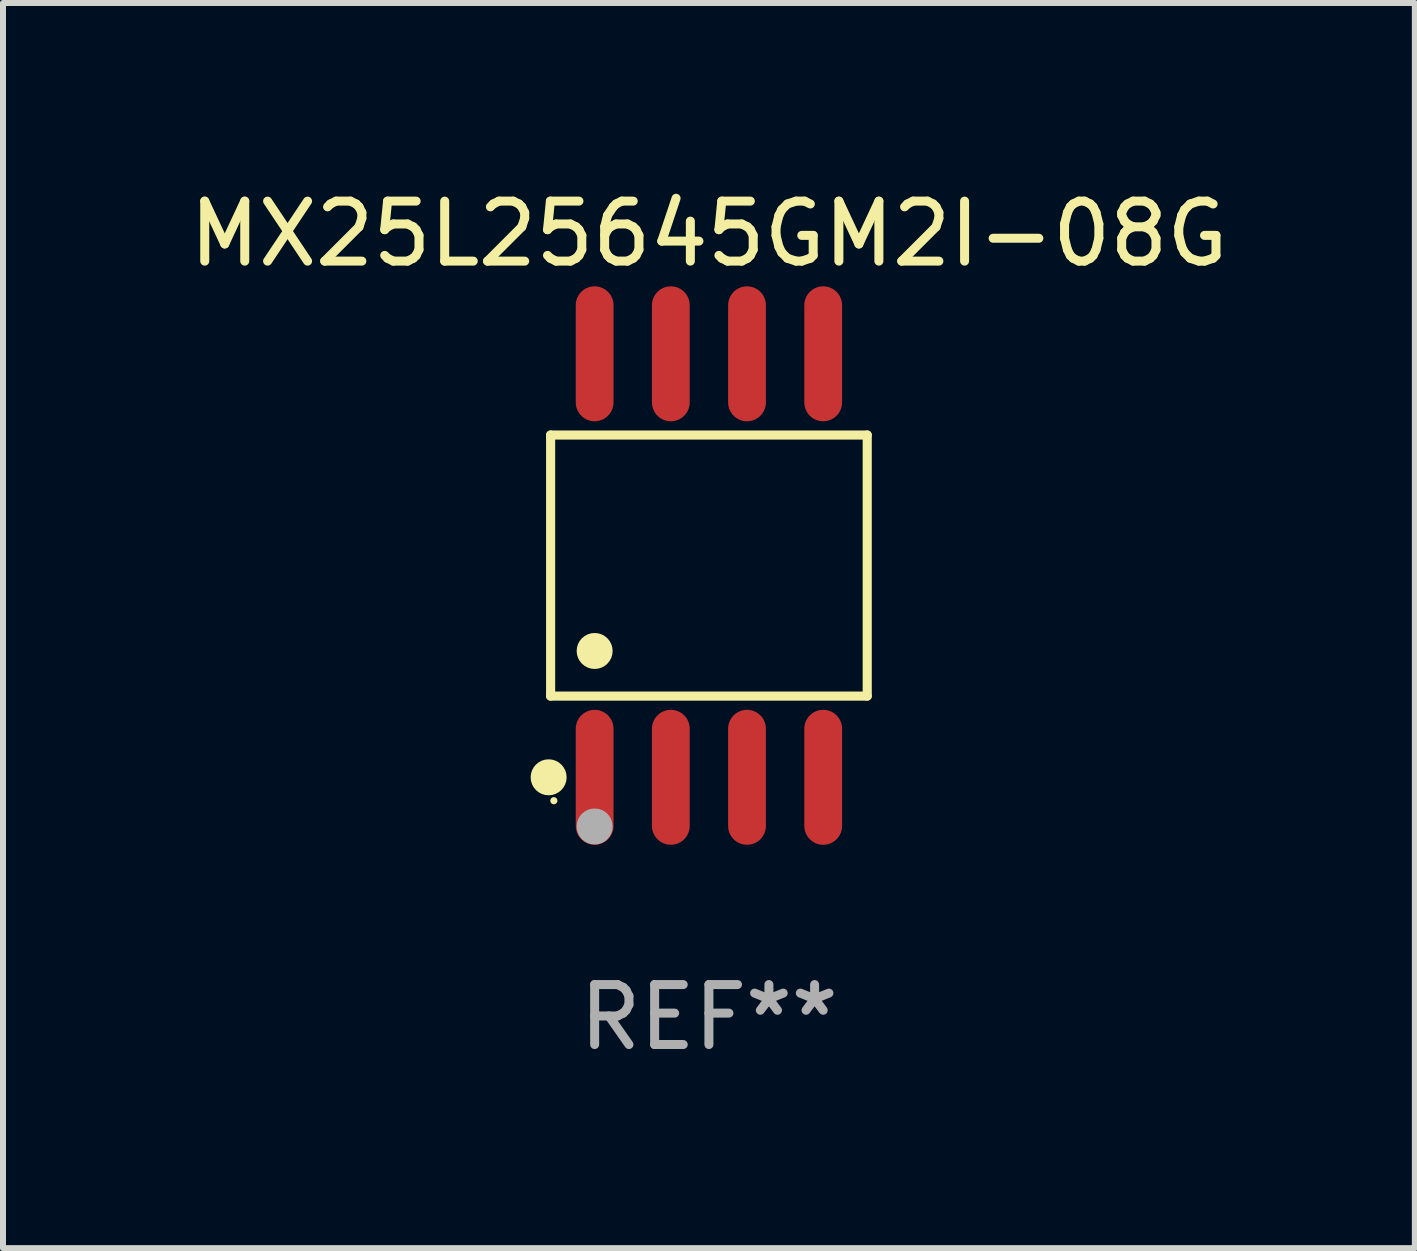
<source format=kicad_pcb>
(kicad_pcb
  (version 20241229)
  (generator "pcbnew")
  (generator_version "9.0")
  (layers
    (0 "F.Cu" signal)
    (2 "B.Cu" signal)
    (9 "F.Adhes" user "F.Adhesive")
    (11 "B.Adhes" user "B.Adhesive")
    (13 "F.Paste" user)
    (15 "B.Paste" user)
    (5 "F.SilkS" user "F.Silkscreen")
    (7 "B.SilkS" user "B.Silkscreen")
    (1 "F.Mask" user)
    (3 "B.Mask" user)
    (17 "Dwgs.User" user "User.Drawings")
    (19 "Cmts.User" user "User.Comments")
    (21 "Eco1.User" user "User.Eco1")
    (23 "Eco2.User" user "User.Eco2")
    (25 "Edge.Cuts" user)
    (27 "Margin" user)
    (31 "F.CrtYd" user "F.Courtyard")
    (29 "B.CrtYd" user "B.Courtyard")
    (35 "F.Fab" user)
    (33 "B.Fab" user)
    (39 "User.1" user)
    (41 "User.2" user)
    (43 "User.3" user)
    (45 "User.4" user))
  (footprint "MX25L25645GM2I-08G"
    (layer "F.Cu")
    (at 8.768 6.378)
    (property "Reference" "MX25L25645GM2I-08G" (at 0 -5.53 0) (layer "F.SilkS") (effects (font (size 1 1) (thickness 0.15))))
    (attr through_hole)
    (fp_line (start -2.639 -2.176) (end 2.639 -2.176) (stroke (width 0.152) (type solid)) (layer "F.SilkS"))
    (fp_line (start -2.639 2.176) (end -2.639 -2.176) (stroke (width 0.152) (type solid)) (layer "F.SilkS"))
    (fp_line (start 2.639 -2.176) (end 2.639 2.176) (stroke (width 0.152) (type solid)) (layer "F.SilkS"))
    (fp_line (start 2.639 2.176) (end -2.639 2.176) (stroke (width 0.152) (type solid)) (layer "F.SilkS"))
    (fp_circle (center -2.672 3.53) (end -2.522 3.53) (stroke (width 0.3) (type solid)) (fill no) (layer "F.SilkS"))
    (fp_circle (center -2.585 3.92) (end -2.555 3.92) (stroke (width 0.06) (type solid)) (fill no) (layer "F.SilkS"))
    (fp_circle (center -1.905 1.424) (end -1.755 1.424) (stroke (width 0.3) (type solid)) (fill no) (layer "F.SilkS"))
    (fp_circle (center -1.905 4.35) (end -1.755 4.35) (stroke (width 0.3) (type solid)) (fill no) (layer "F.Fab"))
    (fp_text user "REF**" (at 0 7.53 0) (layer "F.Fab") (effects (font (size 1 1) (thickness 0.15))))
    (pad "1" smd oval (at -1.905 3.53) (size 0.63 2.25) (layers "F.Cu" "F.Mask" "F.Paste"))
    (pad "2" smd oval (at -0.635 3.53) (size 0.63 2.25) (layers "F.Cu" "F.Mask" "F.Paste"))
    (pad "3" smd oval (at 0.635 3.53) (size 0.63 2.25) (layers "F.Cu" "F.Mask" "F.Paste"))
    (pad "4" smd oval (at 1.905 3.53) (size 0.63 2.25) (layers "F.Cu" "F.Mask" "F.Paste"))
    (pad "5" smd oval (at 1.905 -3.53) (size 0.63 2.25) (layers "F.Cu" "F.Mask" "F.Paste"))
    (pad "6" smd oval (at 0.635 -3.53) (size 0.63 2.25) (layers "F.Cu" "F.Mask" "F.Paste"))
    (pad "7" smd oval (at -0.635 -3.53) (size 0.63 2.25) (layers "F.Cu" "F.Mask" "F.Paste"))
    (pad "8" smd oval (at -1.905 -3.53) (size 0.63 2.25) (layers "F.Cu" "F.Mask" "F.Paste")))
  (gr_rect
    (start -3 -3)
    (end 20.536 17.757)
    (stroke (width 0.1) (type default))
    (fill no)
    (layer "Edge.Cuts")))
</source>
